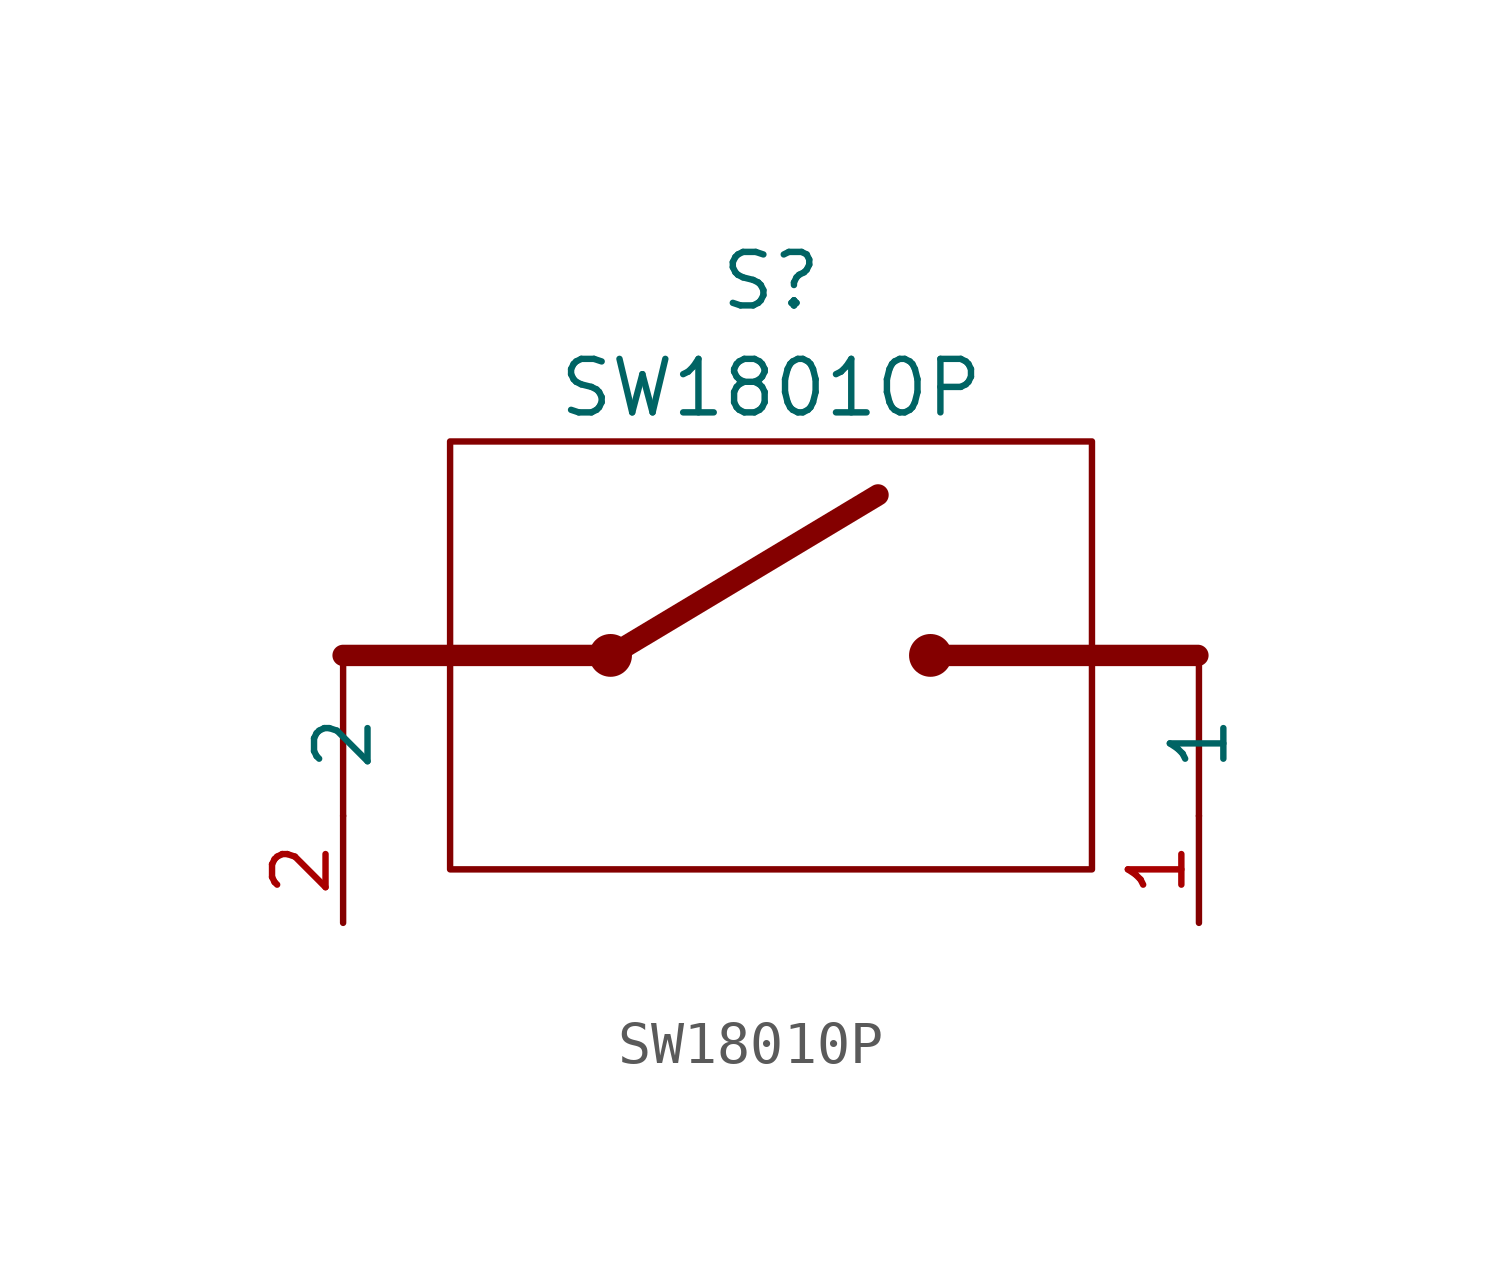
<source format=kicad_sym>
(kicad_symbol_lib
  (version 20220914)
  (generator kicad_symbol_editor)
  (symbol "SW18010P"
    (pin_names
      (offset 1.016))
    (property "Reference" "S"
      (at 0 8.89 0)
      (effects (font (size 1.27 1.27))))
    (property "Value" "SW18010P"
      (at 0 6.35 0)
      (effects (font (size 1.27 1.27))))
    (symbol "SW18010P_0_1"
      (rectangle (start -7.62 5.08) (end 7.62 -5.08) (stroke (width 0) (type default)) (fill (type none)))
      (circle (center -3.81 0) (radius 0.432) (stroke (width 0) (type default)) (fill (type outline)))
      (polyline (pts (xy -10.16 -3.81) (xy -10.16 0)) (stroke (width 0) (type default)) (fill (type none)))
      (polyline (pts (xy -3.81 0) (xy -10.16 0)) (stroke (width 0.508) (type default)) (fill (type none)))
      (polyline (pts (xy -3.81 0) (xy 2.54 3.81)) (stroke (width 0.508) (type default)) (fill (type none)))
      (polyline (pts (xy 3.785 0) (xy 10.135 0)) (stroke (width 0.508) (type default)) (fill (type none)))
      (polyline (pts (xy 10.16 -3.81) (xy 10.16 0)) (stroke (width 0) (type default)) (fill (type none)))
      (circle (center 3.785 0) (radius 0.432) (stroke (width 0) (type default)) (fill (type outline))))
    (symbol "SW18010P_1_1"
      (pin passive line (at 10.16 -6.35 90) (length 2.54) (name "1" (effects (font (size 1.27 1.27)))) (number "1" (effects (font (size 1.27 1.27)))))
      (pin passive line (at -10.16 -6.35 90) (length 2.54) (name "2" (effects (font (size 1.27 1.27)))) (number "2" (effects (font (size 1.27 1.27))))))))
</source>
